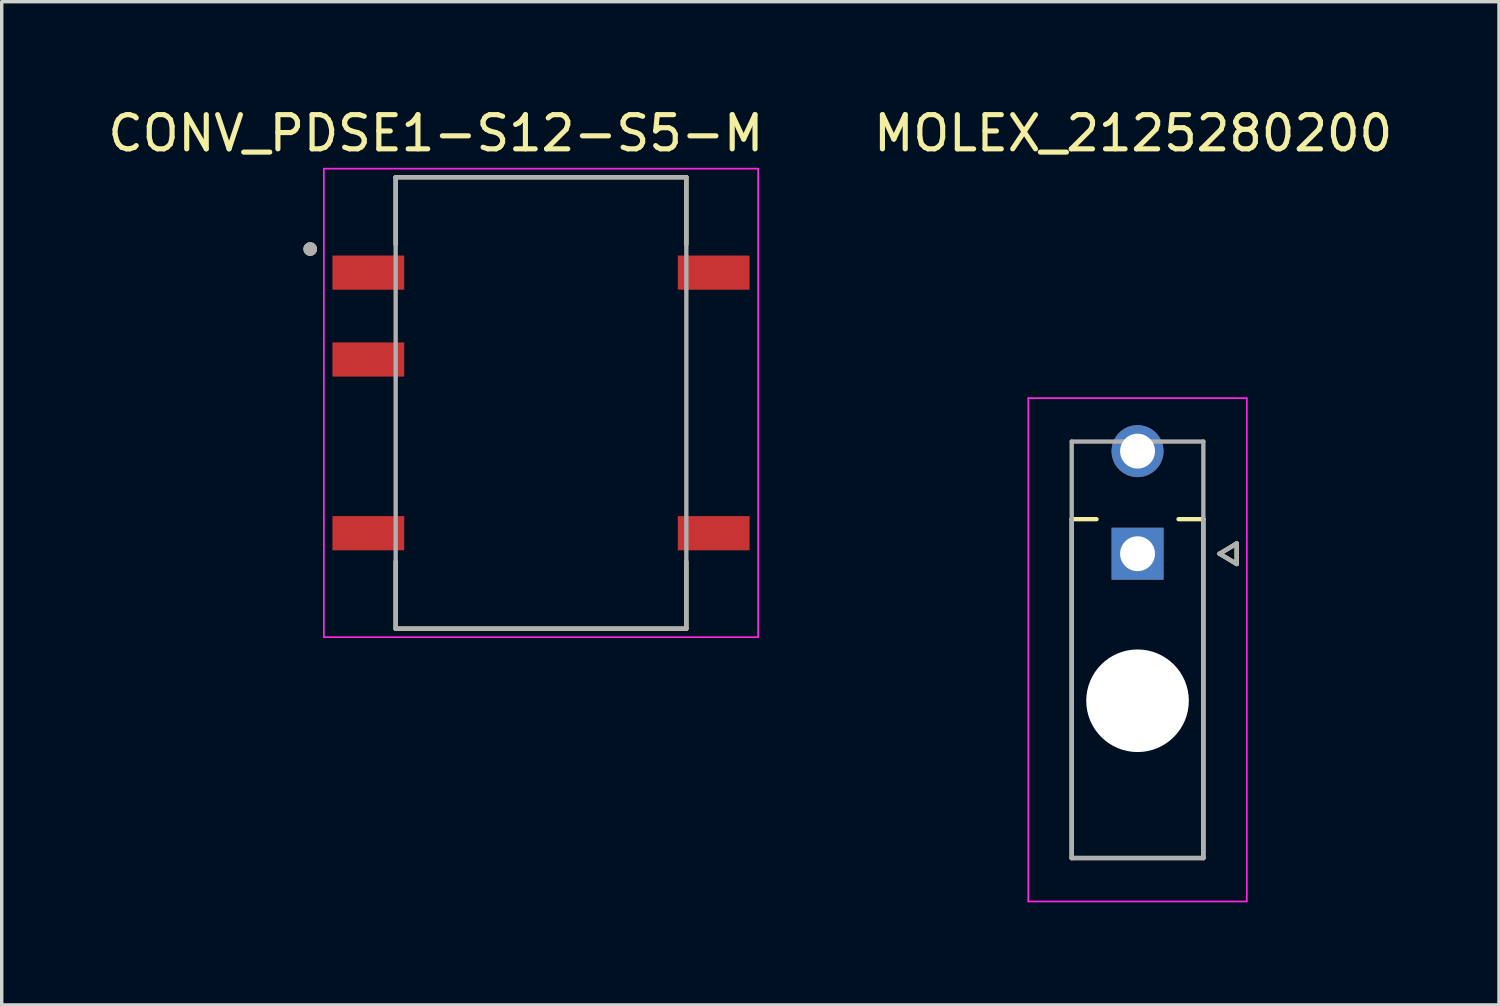
<source format=kicad_pcb>
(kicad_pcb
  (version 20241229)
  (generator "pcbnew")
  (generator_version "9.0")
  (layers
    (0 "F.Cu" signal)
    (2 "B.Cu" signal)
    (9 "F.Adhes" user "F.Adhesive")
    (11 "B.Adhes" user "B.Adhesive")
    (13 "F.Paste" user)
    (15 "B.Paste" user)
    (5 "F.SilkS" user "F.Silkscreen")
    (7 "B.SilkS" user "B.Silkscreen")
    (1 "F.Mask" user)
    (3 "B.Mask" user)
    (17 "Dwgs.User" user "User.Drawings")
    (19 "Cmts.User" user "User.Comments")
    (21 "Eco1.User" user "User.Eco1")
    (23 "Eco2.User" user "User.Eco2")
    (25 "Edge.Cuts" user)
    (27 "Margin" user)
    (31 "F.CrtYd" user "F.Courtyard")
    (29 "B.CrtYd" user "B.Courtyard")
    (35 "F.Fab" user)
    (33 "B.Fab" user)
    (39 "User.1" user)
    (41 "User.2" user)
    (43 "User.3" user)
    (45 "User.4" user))
  (footprint "CONV_PDSE1-S12-S5-M"
    (layer "F.Cu")
    (at 12.771 8.733)
    (property "Reference" "CONV_PDSE1-S12-S5-M" (at -3.075 -7.885 0) (layer "F.SilkS") (effects (font (size 1 1) (thickness 0.15))))
    (attr smd)
    (fp_line (start -4.25 -6.6) (end -4.25 -4.64) (stroke (width 0.127) (type solid)) (layer "F.SilkS"))
    (fp_line (start -4.25 6.6) (end -4.25 4.64) (stroke (width 0.127) (type solid)) (layer "F.SilkS"))
    (fp_line (start 4.25 -6.6) (end -4.25 -6.6) (stroke (width 0.127) (type solid)) (layer "F.SilkS"))
    (fp_line (start 4.25 -4.64) (end 4.25 -6.6) (stroke (width 0.127) (type solid)) (layer "F.SilkS"))
    (fp_line (start 4.25 4.64) (end 4.25 6.6) (stroke (width 0.127) (type solid)) (layer "F.SilkS"))
    (fp_line (start 4.25 6.6) (end -4.25 6.6) (stroke (width 0.127) (type solid)) (layer "F.SilkS"))
    (fp_circle (center -6.75 -4.5) (end -6.65 -4.5) (stroke (width 0.2) (type solid)) (fill no) (layer "F.SilkS"))
    (fp_line (start -6.35 -6.85) (end 6.35 -6.85) (stroke (width 0.05) (type solid)) (layer "F.CrtYd"))
    (fp_line (start -6.35 6.85) (end -6.35 -6.85) (stroke (width 0.05) (type solid)) (layer "F.CrtYd"))
    (fp_line (start 6.35 -6.85) (end 6.35 6.85) (stroke (width 0.05) (type solid)) (layer "F.CrtYd"))
    (fp_line (start 6.35 6.85) (end -6.35 6.85) (stroke (width 0.05) (type solid)) (layer "F.CrtYd"))
    (fp_line (start -4.25 -6.6) (end 4.25 -6.6) (stroke (width 0.127) (type solid)) (layer "F.Fab"))
    (fp_line (start -4.25 6.6) (end -4.25 -6.6) (stroke (width 0.127) (type solid)) (layer "F.Fab"))
    (fp_line (start 4.25 -6.6) (end 4.25 6.6) (stroke (width 0.127) (type solid)) (layer "F.Fab"))
    (fp_line (start 4.25 6.6) (end -4.25 6.6) (stroke (width 0.127) (type solid)) (layer "F.Fab"))
    (fp_circle (center -6.75 -4.5) (end -6.65 -4.5) (stroke (width 0.2) (type solid)) (fill no) (layer "F.Fab"))
    (pad "1" smd rect (at -5.05 -3.81) (size 2.1 1) (layers "F.Cu" "F.Mask" "F.Paste"))
    (pad "2" smd rect (at -5.05 -1.27) (size 2.1 1) (layers "F.Cu" "F.Mask" "F.Paste"))
    (pad "4" smd rect (at -5.05 3.81) (size 2.1 1) (layers "F.Cu" "F.Mask" "F.Paste"))
    (pad "5" smd rect (at 5.05 3.81) (size 2.1 1) (layers "F.Cu" "F.Mask" "F.Paste"))
    (pad "8" smd rect (at 5.05 -3.81) (size 2.1 1) (layers "F.Cu" "F.Mask" "F.Paste")))
  (footprint "MOLEX_2125280200"
    (layer "F.Cu")
    (at 30.216 13.143)
    (property "Reference" "MOLEX_2125280200" (at -0.127 -12.295 0) (layer "F.SilkS") (effects (font (size 1 1) (thickness 0.15))))
    (attr through_hole)
    (fp_circle (center 0 -3) (end 0.418 -3) (stroke (width 0.836) (type solid)) (fill no) (layer "F.Mask"))
    (fp_circle (center 0 4.3) (end 0.788 4.3) (stroke (width 1.576) (type solid)) (fill no) (layer "F.Mask"))
    (fp_poly (pts (xy -0.836 -0.836) (xy 0.836 -0.836) (xy 0.836 0.836) (xy -0.836 0.836)) (stroke (width 0.01) (type solid)) (fill yes) (layer "F.Mask"))
    (fp_circle (center 0 -3) (end 0.418 -3) (stroke (width 0.836) (type solid)) (fill no) (layer "B.Mask"))
    (fp_circle (center 0 4.3) (end 0.788 4.3) (stroke (width 1.576) (type solid)) (fill no) (layer "B.Mask"))
    (fp_poly (pts (xy -0.836 -0.836) (xy 0.836 -0.836) (xy 0.836 0.836) (xy -0.836 0.836)) (stroke (width 0.01) (type solid)) (fill yes) (layer "B.Mask"))
    (fp_line (start -1.925 -1.01) (end -1.2 -1.01) (stroke (width 0.127) (type solid)) (layer "F.SilkS"))
    (fp_line (start -1.925 8.9) (end -1.925 -1.01) (stroke (width 0.127) (type solid)) (layer "F.SilkS"))
    (fp_line (start 1.925 -1.01) (end 1.2 -1.01) (stroke (width 0.127) (type solid)) (layer "F.SilkS"))
    (fp_line (start 1.925 -1.01) (end 1.925 8.9) (stroke (width 0.127) (type solid)) (layer "F.SilkS"))
    (fp_line (start 1.925 8.9) (end -1.925 8.9) (stroke (width 0.127) (type solid)) (layer "F.SilkS"))
    (fp_line (start 2.4 0) (end 2.9 0.3) (stroke (width 0.127) (type solid)) (layer "F.SilkS"))
    (fp_line (start 2.9 -0.3) (end 2.4 0) (stroke (width 0.127) (type solid)) (layer "F.SilkS"))
    (fp_line (start 2.9 0.3) (end 2.9 -0.3) (stroke (width 0.127) (type solid)) (layer "F.SilkS"))
    (fp_line (start -3.195 -4.55) (end 3.195 -4.55) (stroke (width 0.05) (type solid)) (layer "F.CrtYd"))
    (fp_line (start -3.195 10.17) (end -3.195 -4.55) (stroke (width 0.05) (type solid)) (layer "F.CrtYd"))
    (fp_line (start 3.195 -4.55) (end 3.195 10.17) (stroke (width 0.05) (type solid)) (layer "F.CrtYd"))
    (fp_line (start 3.195 10.17) (end -3.195 10.17) (stroke (width 0.05) (type solid)) (layer "F.CrtYd"))
    (fp_line (start -1.925 -3.28) (end 1.925 -3.28) (stroke (width 0.127) (type solid)) (layer "F.Fab"))
    (fp_line (start -1.925 8.9) (end -1.925 -3.28) (stroke (width 0.127) (type solid)) (layer "F.Fab"))
    (fp_line (start 1.925 -3.28) (end 1.925 8.9) (stroke (width 0.127) (type solid)) (layer "F.Fab"))
    (fp_line (start 1.925 8.9) (end -1.925 8.9) (stroke (width 0.127) (type solid)) (layer "F.Fab"))
    (fp_line (start 2.4 0) (end 2.9 -0.3) (stroke (width 0.127) (type solid)) (layer "F.Fab"))
    (fp_line (start 2.9 -0.3) (end 2.9 0.3) (stroke (width 0.127) (type solid)) (layer "F.Fab"))
    (fp_line (start 2.9 0.3) (end 2.4 0) (stroke (width 0.127) (type solid)) (layer "F.Fab"))
    (pad "" np_thru_hole circle (at 0 4.3) (size 3 3) (drill 3) (layers "*.Cu" "*.Mask"))
    (pad "1" thru_hole rect (at 0 0) (size 1.52 1.52) (drill 1.02) (layers "*.Cu"))
    (pad "2" thru_hole circle (at 0 -3) (size 1.52 1.52) (drill 1.02) (layers "*.Cu")))
  (gr_rect
    (start -3 -3)
    (end 40.786 26.338)
    (stroke (width 0.1) (type default))
    (fill no)
    (layer "Edge.Cuts")))
</source>
